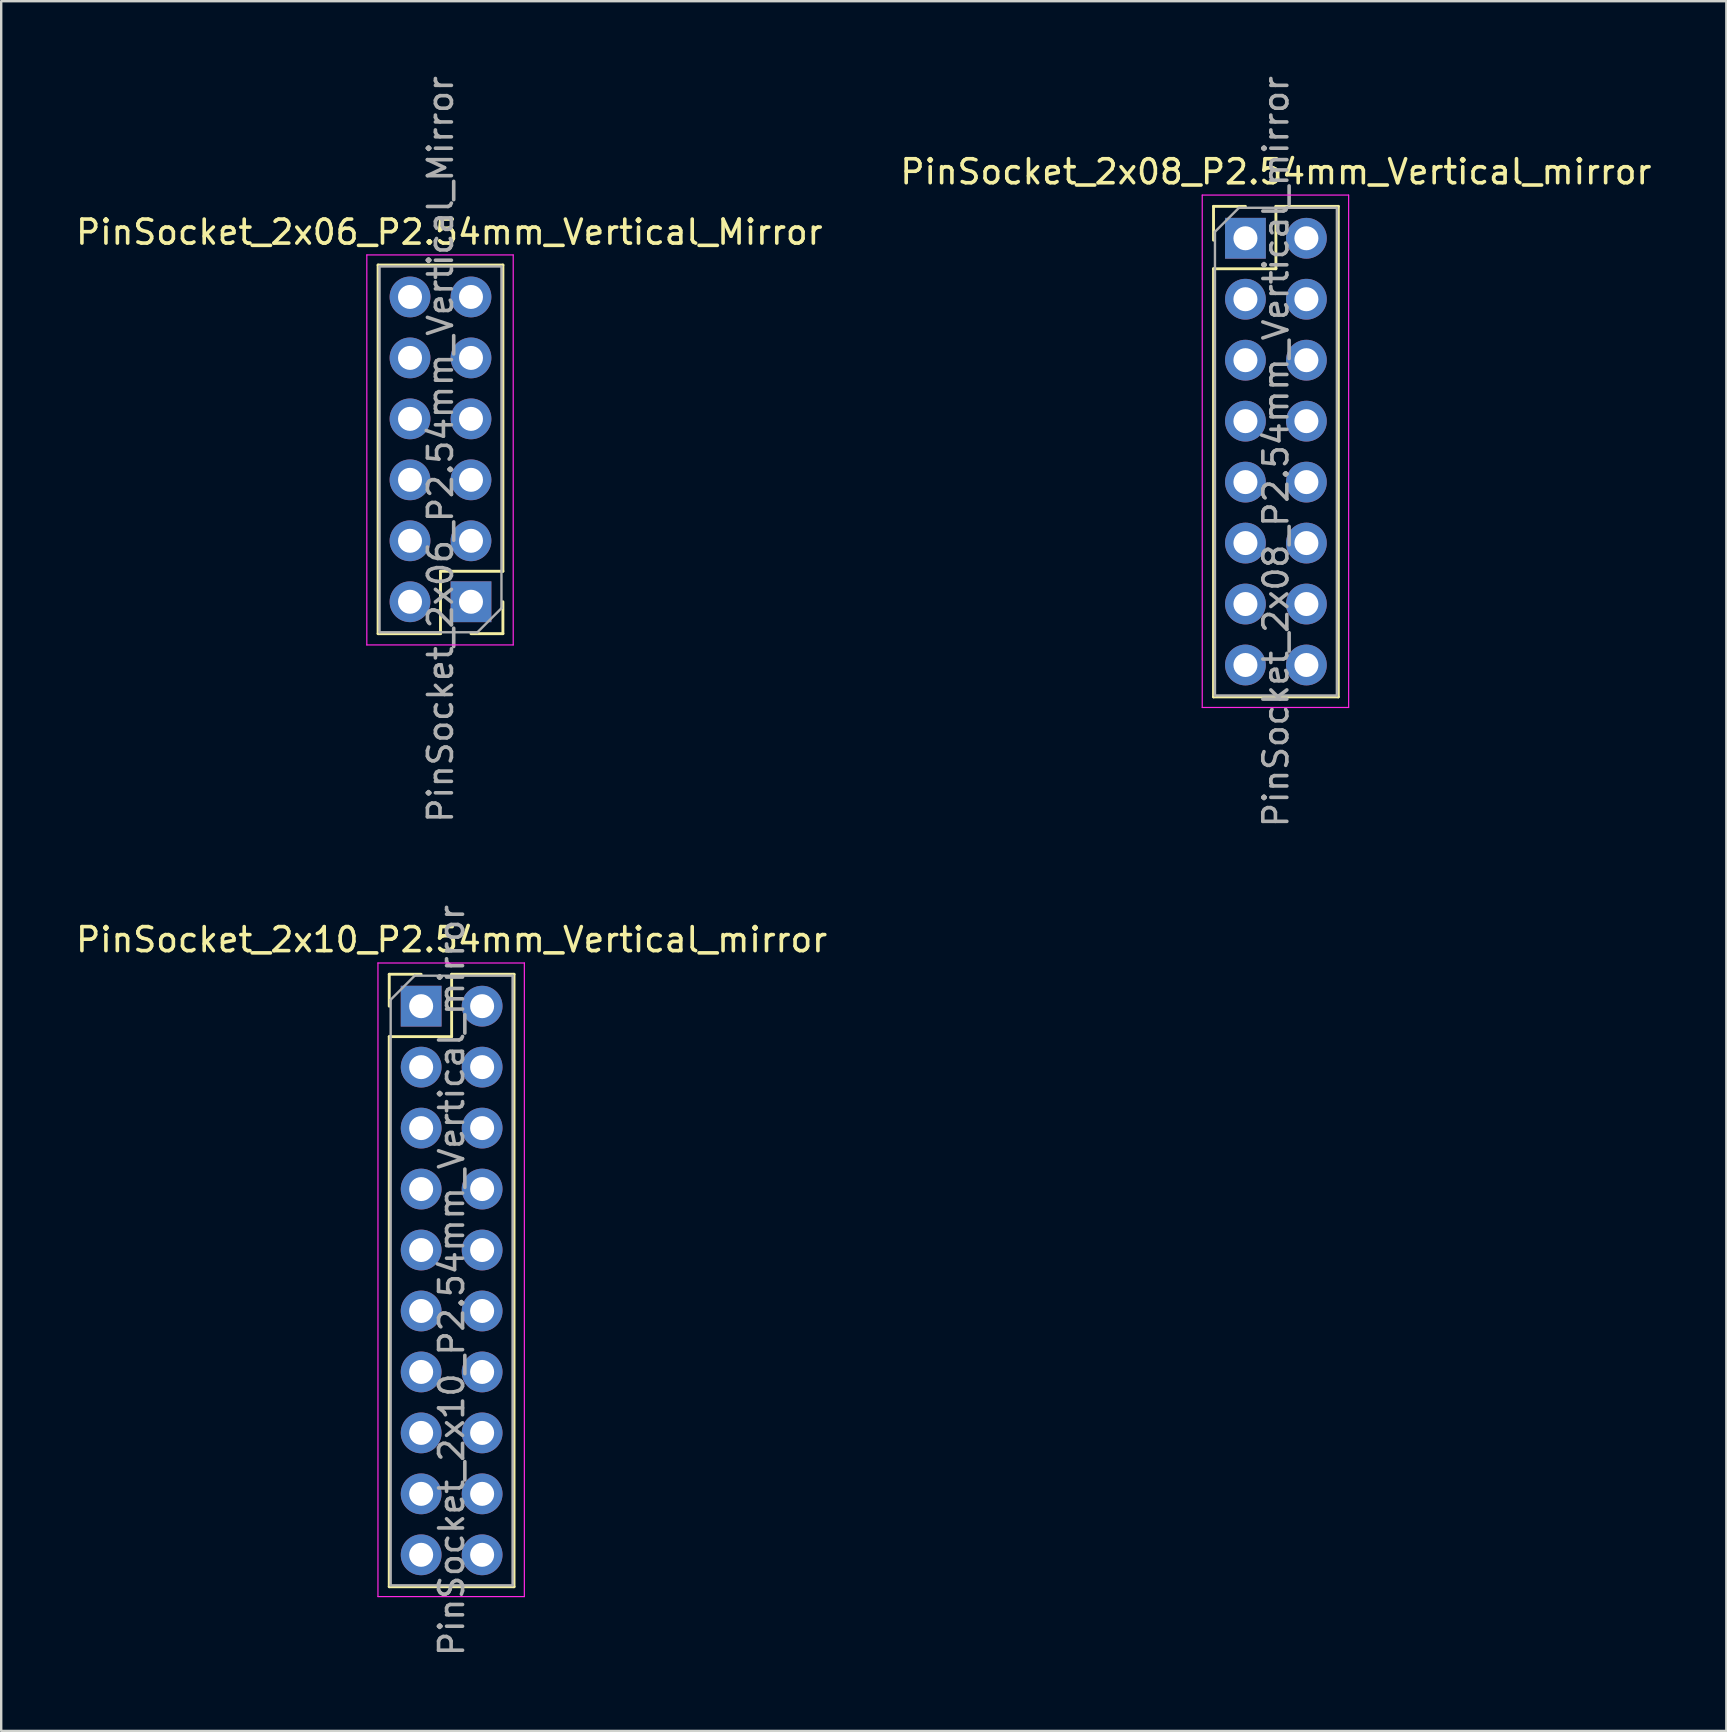
<source format=kicad_pcb>
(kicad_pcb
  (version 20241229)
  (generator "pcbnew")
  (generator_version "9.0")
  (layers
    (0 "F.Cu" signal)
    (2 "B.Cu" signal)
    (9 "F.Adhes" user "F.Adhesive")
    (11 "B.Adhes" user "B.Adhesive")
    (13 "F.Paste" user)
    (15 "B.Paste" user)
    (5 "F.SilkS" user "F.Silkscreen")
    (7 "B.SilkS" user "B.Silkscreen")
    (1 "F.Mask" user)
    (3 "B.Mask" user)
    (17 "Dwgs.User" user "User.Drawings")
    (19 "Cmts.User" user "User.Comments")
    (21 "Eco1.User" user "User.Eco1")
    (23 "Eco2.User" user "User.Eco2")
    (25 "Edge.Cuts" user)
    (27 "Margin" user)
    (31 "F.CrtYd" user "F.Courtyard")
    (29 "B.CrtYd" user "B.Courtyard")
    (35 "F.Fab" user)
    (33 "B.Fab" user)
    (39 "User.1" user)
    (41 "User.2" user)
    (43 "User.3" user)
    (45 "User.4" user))
  (footprint "PinSocket_2x06_P2.54mm_Vertical_Mirror"
    (layer "F.Cu")
    (at 16.573 9.323)
    (property "Reference" "PinSocket_2x06_P2.54mm_Vertical_Mirror" (at -0.9 -2.7 0) (layer "F.SilkS") (effects (font (size 1 1) (thickness 0.15))))
    (attr through_hole)
    (fp_line (start -3.869 -1.33) (end 1.331 -1.33) (stroke (width 0.12) (type solid)) (layer "F.SilkS"))
    (fp_line (start -3.869 14.03) (end -3.869 -1.33) (stroke (width 0.12) (type solid)) (layer "F.SilkS"))
    (fp_line (start -3.869 14.03) (end -1.269 14.03) (stroke (width 0.12) (type solid)) (layer "F.SilkS"))
    (fp_line (start -1.269 11.43) (end 1.331 11.43) (stroke (width 0.12) (type solid)) (layer "F.SilkS"))
    (fp_line (start -1.269 14.03) (end -1.269 11.43) (stroke (width 0.12) (type solid)) (layer "F.SilkS"))
    (fp_line (start 0.001 14.03) (end 1.331 14.03) (stroke (width 0.12) (type solid)) (layer "F.SilkS"))
    (fp_line (start 1.331 11.43) (end 1.331 -1.33) (stroke (width 0.12) (type solid)) (layer "F.SilkS"))
    (fp_line (start 1.331 14.03) (end 1.331 12.7) (stroke (width 0.12) (type solid)) (layer "F.SilkS"))
    (fp_line (start -4.339 -1.75) (end -4.339 14.5) (stroke (width 0.05) (type solid)) (layer "F.CrtYd"))
    (fp_line (start -4.339 14.5) (end 1.761 14.5) (stroke (width 0.05) (type solid)) (layer "F.CrtYd"))
    (fp_line (start 1.761 -1.75) (end -4.339 -1.75) (stroke (width 0.05) (type solid)) (layer "F.CrtYd"))
    (fp_line (start 1.761 14.5) (end 1.761 -1.75) (stroke (width 0.05) (type solid)) (layer "F.CrtYd"))
    (fp_line (start -3.809 -1.27) (end -3.809 13.97) (stroke (width 0.1) (type solid)) (layer "F.Fab"))
    (fp_line (start -3.809 13.97) (end 0.271 13.97) (stroke (width 0.1) (type solid)) (layer "F.Fab"))
    (fp_line (start 0.271 13.97) (end 1.271 12.97) (stroke (width 0.1) (type solid)) (layer "F.Fab"))
    (fp_line (start 1.271 -1.27) (end -3.809 -1.27) (stroke (width 0.1) (type solid)) (layer "F.Fab"))
    (fp_line (start 1.271 12.97) (end 1.271 -1.27) (stroke (width 0.1) (type solid)) (layer "F.Fab"))
    (fp_text user "${REFERENCE}" (at -1.269 6.35 270) (layer "F.Fab") (effects (font (size 1 1) (thickness 0.15))))
    (pad "1" thru_hole rect (at 0.001 12.7 180) (size 1.7 1.7) (drill 1) (layers "*.Cu" "*.Mask"))
    (pad "2" thru_hole oval (at 0.001 10.16 180) (size 1.7 1.7) (drill 1) (layers "*.Cu" "*.Mask"))
    (pad "3" thru_hole oval (at 0.001 7.62 180) (size 1.7 1.7) (drill 1) (layers "*.Cu" "*.Mask"))
    (pad "4" thru_hole oval (at 0.001 5.08 180) (size 1.7 1.7) (drill 1) (layers "*.Cu" "*.Mask"))
    (pad "5" thru_hole oval (at 0.001 2.54 180) (size 1.7 1.7) (drill 1) (layers "*.Cu" "*.Mask"))
    (pad "6" thru_hole oval (at 0.001 0 180) (size 1.7 1.7) (drill 1) (layers "*.Cu" "*.Mask"))
    (pad "7" thru_hole oval (at -2.539 12.7 180) (size 1.7 1.7) (drill 1) (layers "*.Cu" "*.Mask"))
    (pad "8" thru_hole oval (at -2.539 10.16 180) (size 1.7 1.7) (drill 1) (layers "*.Cu" "*.Mask"))
    (pad "9" thru_hole oval (at -2.539 7.62 180) (size 1.7 1.7) (drill 1) (layers "*.Cu" "*.Mask"))
    (pad "10" thru_hole oval (at -2.539 5.08 180) (size 1.7 1.7) (drill 1) (layers "*.Cu" "*.Mask"))
    (pad "11" thru_hole oval (at -2.539 2.54 180) (size 1.7 1.7) (drill 1) (layers "*.Cu" "*.Mask"))
    (pad "12" thru_hole oval (at -2.539 0 180) (size 1.7 1.7) (drill 1) (layers "*.Cu" "*.Mask")))
  (footprint "PinSocket_2x08_P2.54mm_Vertical_mirror"
    (layer "F.Cu")
    (at 51.383 6.878)
    (property "Reference" "PinSocket_2x08_P2.54mm_Vertical_mirror" (at -1.27 -2.77 0) (layer "F.SilkS") (effects (font (size 1 1) (thickness 0.15))))
    (attr through_hole)
    (fp_line (start -3.87 -1.33) (end -3.87 0.08) (stroke (width 0.12) (type solid)) (layer "F.SilkS"))
    (fp_line (start -3.87 -1.33) (end -2.54 -1.33) (stroke (width 0.12) (type solid)) (layer "F.SilkS"))
    (fp_line (start -3.87 1.27) (end -3.87 19.11) (stroke (width 0.12) (type solid)) (layer "F.SilkS"))
    (fp_line (start -3.87 1.27) (end -1.27 1.27) (stroke (width 0.12) (type solid)) (layer "F.SilkS"))
    (fp_line (start -3.87 19.11) (end 1.33 19.11) (stroke (width 0.12) (type solid)) (layer "F.SilkS"))
    (fp_line (start -1.27 -1.33) (end -1.27 1.27) (stroke (width 0.12) (type solid)) (layer "F.SilkS"))
    (fp_line (start -1.27 -1.33) (end 1.33 -1.33) (stroke (width 0.12) (type solid)) (layer "F.SilkS"))
    (fp_line (start 1.33 -1.33) (end 1.33 19.11) (stroke (width 0.12) (type solid)) (layer "F.SilkS"))
    (fp_line (start -4.34 -1.8) (end 1.76 -1.8) (stroke (width 0.05) (type solid)) (layer "F.CrtYd"))
    (fp_line (start -4.34 19.55) (end -4.34 -1.8) (stroke (width 0.05) (type solid)) (layer "F.CrtYd"))
    (fp_line (start 1.76 -1.8) (end 1.76 19.55) (stroke (width 0.05) (type solid)) (layer "F.CrtYd"))
    (fp_line (start 1.76 19.55) (end -4.34 19.55) (stroke (width 0.05) (type solid)) (layer "F.CrtYd"))
    (fp_line (start -3.81 -0.27) (end -2.81 -1.27) (stroke (width 0.1) (type solid)) (layer "F.Fab"))
    (fp_line (start -3.81 19.05) (end -3.81 -0.27) (stroke (width 0.1) (type solid)) (layer "F.Fab"))
    (fp_line (start -2.81 -1.27) (end 1.27 -1.27) (stroke (width 0.1) (type solid)) (layer "F.Fab"))
    (fp_line (start 1.27 -1.27) (end 1.27 19.05) (stroke (width 0.1) (type solid)) (layer "F.Fab"))
    (fp_line (start 1.27 19.05) (end -3.81 19.05) (stroke (width 0.1) (type solid)) (layer "F.Fab"))
    (fp_text user "${REFERENCE}" (at -1.27 8.89 90) (layer "F.Fab") (effects (font (size 1 1) (thickness 0.15))))
    (pad "1" thru_hole rect (at -2.54 0) (size 1.7 1.7) (drill 1) (layers "*.Cu" "*.Mask"))
    (pad "2" thru_hole oval (at 0 0) (size 1.7 1.7) (drill 1) (layers "*.Cu" "*.Mask"))
    (pad "3" thru_hole oval (at -2.54 2.54) (size 1.7 1.7) (drill 1) (layers "*.Cu" "*.Mask"))
    (pad "4" thru_hole oval (at 0 2.54) (size 1.7 1.7) (drill 1) (layers "*.Cu" "*.Mask"))
    (pad "5" thru_hole oval (at -2.54 5.08) (size 1.7 1.7) (drill 1) (layers "*.Cu" "*.Mask"))
    (pad "6" thru_hole oval (at 0 5.08) (size 1.7 1.7) (drill 1) (layers "*.Cu" "*.Mask"))
    (pad "7" thru_hole oval (at -2.54 7.62) (size 1.7 1.7) (drill 1) (layers "*.Cu" "*.Mask"))
    (pad "8" thru_hole oval (at 0 7.62) (size 1.7 1.7) (drill 1) (layers "*.Cu" "*.Mask"))
    (pad "9" thru_hole oval (at -2.54 10.16) (size 1.7 1.7) (drill 1) (layers "*.Cu" "*.Mask"))
    (pad "10" thru_hole oval (at 0 10.16) (size 1.7 1.7) (drill 1) (layers "*.Cu" "*.Mask"))
    (pad "11" thru_hole oval (at -2.54 12.7) (size 1.7 1.7) (drill 1) (layers "*.Cu" "*.Mask"))
    (pad "12" thru_hole oval (at 0 12.7) (size 1.7 1.7) (drill 1) (layers "*.Cu" "*.Mask"))
    (pad "13" thru_hole oval (at -2.54 15.24) (size 1.7 1.7) (drill 1) (layers "*.Cu" "*.Mask"))
    (pad "14" thru_hole oval (at 0 15.24) (size 1.7 1.7) (drill 1) (layers "*.Cu" "*.Mask"))
    (pad "15" thru_hole oval (at -2.54 17.78) (size 1.7 1.7) (drill 1) (layers "*.Cu" "*.Mask"))
    (pad "16" thru_hole oval (at 0 17.78) (size 1.7 1.7) (drill 1) (layers "*.Cu" "*.Mask")))
  (footprint "PinSocket_2x10_P2.54mm_Vertical_mirror"
    (layer "F.Cu")
    (at 17.038 38.874)
    (property "Reference" "PinSocket_2x10_P2.54mm_Vertical_mirror" (at -1.27 -2.77 0) (layer "F.SilkS") (effects (font (size 1 1) (thickness 0.15))))
    (attr through_hole)
    (fp_line (start -3.87 -1.33) (end -3.87 0) (stroke (width 0.12) (type solid)) (layer "F.SilkS"))
    (fp_line (start -3.87 -1.33) (end -2.54 -1.33) (stroke (width 0.12) (type solid)) (layer "F.SilkS"))
    (fp_line (start -3.87 1.27) (end -3.87 24.19) (stroke (width 0.12) (type solid)) (layer "F.SilkS"))
    (fp_line (start -3.87 1.27) (end -1.27 1.27) (stroke (width 0.12) (type solid)) (layer "F.SilkS"))
    (fp_line (start -3.87 24.19) (end 1.33 24.19) (stroke (width 0.12) (type solid)) (layer "F.SilkS"))
    (fp_line (start -1.27 -1.33) (end -1.27 1.27) (stroke (width 0.12) (type solid)) (layer "F.SilkS"))
    (fp_line (start -1.27 -1.33) (end 1.33 -1.33) (stroke (width 0.12) (type solid)) (layer "F.SilkS"))
    (fp_line (start 1.33 -1.33) (end 1.33 24.19) (stroke (width 0.12) (type solid)) (layer "F.SilkS"))
    (fp_line (start -4.34 -1.8) (end 1.76 -1.8) (stroke (width 0.05) (type solid)) (layer "F.CrtYd"))
    (fp_line (start -4.34 24.6) (end -4.34 -1.8) (stroke (width 0.05) (type solid)) (layer "F.CrtYd"))
    (fp_line (start 1.76 -1.8) (end 1.76 24.6) (stroke (width 0.05) (type solid)) (layer "F.CrtYd"))
    (fp_line (start 1.76 24.6) (end -4.34 24.6) (stroke (width 0.05) (type solid)) (layer "F.CrtYd"))
    (fp_line (start -3.81 24.13) (end -3.81 -0.27) (stroke (width 0.1) (type solid)) (layer "F.Fab"))
    (fp_line (start -2.81 -1.27) (end -3.81 -0.27) (stroke (width 0.1) (type solid)) (layer "F.Fab"))
    (fp_line (start -2.81 -1.27) (end 1.27 -1.27) (stroke (width 0.1) (type solid)) (layer "F.Fab"))
    (fp_line (start 1.27 -1.27) (end 1.27 24.13) (stroke (width 0.1) (type solid)) (layer "F.Fab"))
    (fp_line (start 1.27 24.13) (end -3.81 24.13) (stroke (width 0.1) (type solid)) (layer "F.Fab"))
    (fp_text user "${REFERENCE}" (at -1.27 11.43 90) (layer "F.Fab") (effects (font (size 1 1) (thickness 0.15))))
    (pad "1" thru_hole rect (at -2.54 0) (size 1.7 1.7) (drill 1) (layers "*.Cu" "*.Mask"))
    (pad "2" thru_hole oval (at 0 0) (size 1.7 1.7) (drill 1) (layers "*.Cu" "*.Mask"))
    (pad "3" thru_hole oval (at -2.54 2.54) (size 1.7 1.7) (drill 1) (layers "*.Cu" "*.Mask"))
    (pad "4" thru_hole oval (at 0 2.54) (size 1.7 1.7) (drill 1) (layers "*.Cu" "*.Mask"))
    (pad "5" thru_hole oval (at -2.54 5.08) (size 1.7 1.7) (drill 1) (layers "*.Cu" "*.Mask"))
    (pad "6" thru_hole oval (at 0 5.08) (size 1.7 1.7) (drill 1) (layers "*.Cu" "*.Mask"))
    (pad "7" thru_hole oval (at -2.54 7.62) (size 1.7 1.7) (drill 1) (layers "*.Cu" "*.Mask"))
    (pad "8" thru_hole oval (at 0 7.62) (size 1.7 1.7) (drill 1) (layers "*.Cu" "*.Mask"))
    (pad "9" thru_hole oval (at -2.54 10.16) (size 1.7 1.7) (drill 1) (layers "*.Cu" "*.Mask"))
    (pad "10" thru_hole oval (at 0 10.16) (size 1.7 1.7) (drill 1) (layers "*.Cu" "*.Mask"))
    (pad "11" thru_hole oval (at -2.54 12.7) (size 1.7 1.7) (drill 1) (layers "*.Cu" "*.Mask"))
    (pad "12" thru_hole oval (at 0 12.7) (size 1.7 1.7) (drill 1) (layers "*.Cu" "*.Mask"))
    (pad "13" thru_hole oval (at -2.54 15.24) (size 1.7 1.7) (drill 1) (layers "*.Cu" "*.Mask"))
    (pad "14" thru_hole oval (at 0 15.24) (size 1.7 1.7) (drill 1) (layers "*.Cu" "*.Mask"))
    (pad "15" thru_hole oval (at -2.54 17.78) (size 1.7 1.7) (drill 1) (layers "*.Cu" "*.Mask"))
    (pad "16" thru_hole oval (at 0 17.78) (size 1.7 1.7) (drill 1) (layers "*.Cu" "*.Mask"))
    (pad "17" thru_hole oval (at -2.54 20.32) (size 1.7 1.7) (drill 1) (layers "*.Cu" "*.Mask"))
    (pad "18" thru_hole oval (at 0 20.32) (size 1.7 1.7) (drill 1) (layers "*.Cu" "*.Mask"))
    (pad "19" thru_hole oval (at -2.54 22.86) (size 1.7 1.7) (drill 1) (layers "*.Cu" "*.Mask"))
    (pad "20" thru_hole oval (at 0 22.86) (size 1.7 1.7) (drill 1) (layers "*.Cu" "*.Mask")))
  (gr_rect
    (start -3 -3)
    (end 68.881 69.071)
    (stroke (width 0.1) (type default))
    (fill no)
    (layer "Edge.Cuts")))
</source>
